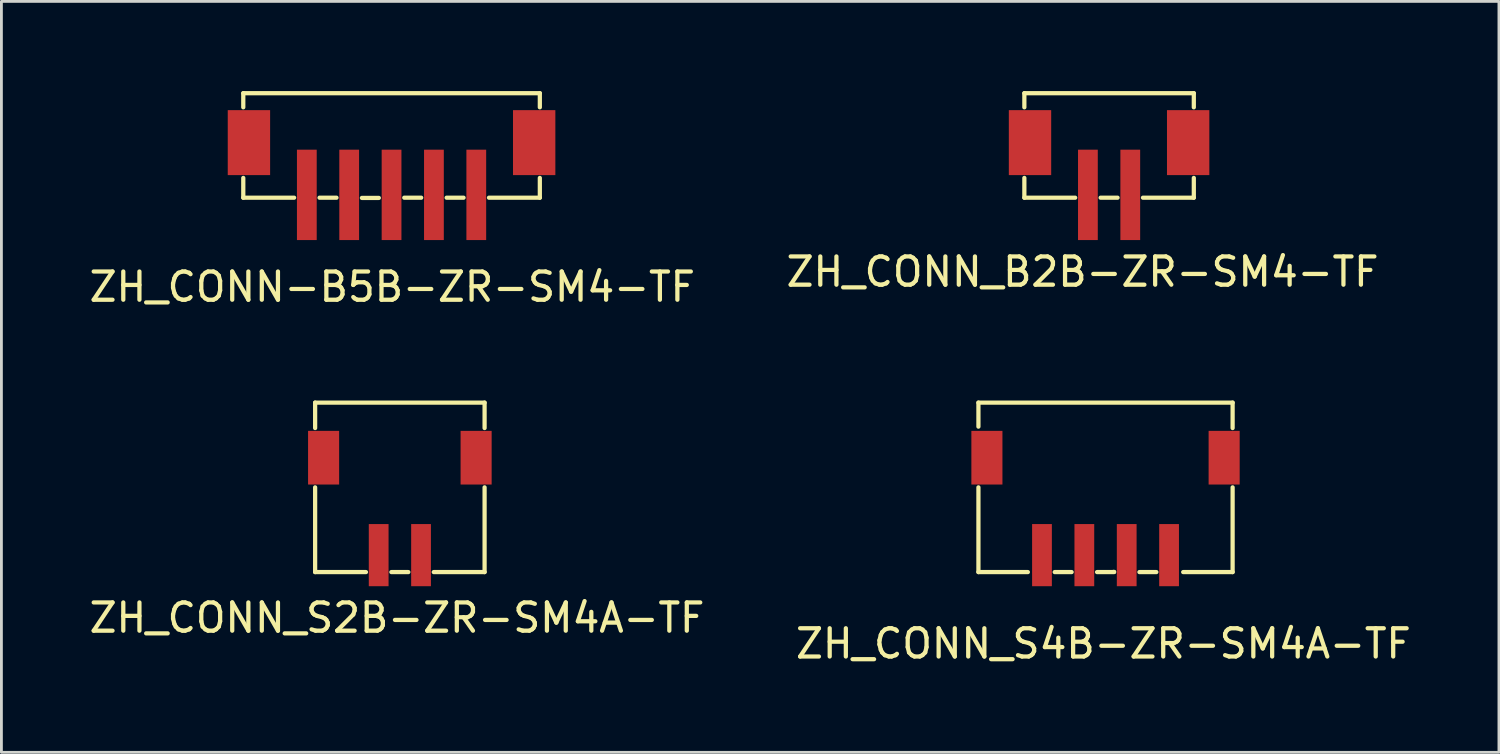
<source format=kicad_pcb>
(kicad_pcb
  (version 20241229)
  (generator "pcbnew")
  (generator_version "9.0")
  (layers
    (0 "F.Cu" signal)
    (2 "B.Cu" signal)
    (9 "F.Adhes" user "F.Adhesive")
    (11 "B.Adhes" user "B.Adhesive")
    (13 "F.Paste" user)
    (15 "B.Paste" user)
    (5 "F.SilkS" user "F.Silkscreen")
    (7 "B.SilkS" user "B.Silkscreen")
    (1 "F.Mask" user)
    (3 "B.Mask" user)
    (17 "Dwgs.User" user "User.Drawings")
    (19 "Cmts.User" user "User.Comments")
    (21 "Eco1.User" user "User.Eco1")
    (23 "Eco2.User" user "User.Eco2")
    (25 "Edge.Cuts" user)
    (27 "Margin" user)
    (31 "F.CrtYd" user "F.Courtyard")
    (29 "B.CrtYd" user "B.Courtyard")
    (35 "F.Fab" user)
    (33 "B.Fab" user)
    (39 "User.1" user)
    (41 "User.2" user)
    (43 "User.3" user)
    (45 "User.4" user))
  (footprint "ZH_CONN_S4B-ZR-SM4A-TF"
    (layer "F.Cu")
    (at 36.094 11.206)
    (property "Reference" "ZH_CONN_S4B-ZR-SM4A-TF" (at -0.076 8.534 0) (layer "F.SilkS") (effects (font (size 1 1) (thickness 0.15))))
    (attr through_hole)
    (fp_line (start -4.5 0) (end -4.5 0.85) (stroke (width 0.15) (type solid)) (layer "F.SilkS"))
    (fp_line (start -4.5 0) (end 4.5 0) (stroke (width 0.15) (type solid)) (layer "F.SilkS"))
    (fp_line (start -4.5 6) (end -4.5 3) (stroke (width 0.15) (type solid)) (layer "F.SilkS"))
    (fp_line (start -4.5 6) (end -2.75 6) (stroke (width 0.15) (type solid)) (layer "F.SilkS"))
    (fp_line (start -1.8 6) (end -1.2 6) (stroke (width 0.15) (type solid)) (layer "F.SilkS"))
    (fp_line (start -0.3 6) (end 0.3 6) (stroke (width 0.15) (type solid)) (layer "F.SilkS"))
    (fp_line (start 0.279 5.994) (end 0.305 5.994) (stroke (width 0.15) (type solid)) (layer "F.SilkS"))
    (fp_line (start 1.2 6) (end 1.8 6) (stroke (width 0.15) (type solid)) (layer "F.SilkS"))
    (fp_line (start 4.5 0) (end 4.5 0.9) (stroke (width 0.15) (type solid)) (layer "F.SilkS"))
    (fp_line (start 4.5 6) (end 2.75 6) (stroke (width 0.15) (type solid)) (layer "F.SilkS"))
    (fp_line (start 4.5 6) (end 4.5 3) (stroke (width 0.15) (type solid)) (layer "F.SilkS"))
    (pad "1" smd rect (at -2.25 5.4) (size 0.7 2.2) (layers "F.Cu" "F.Mask" "F.Paste"))
    (pad "2" smd rect (at -0.75 5.4) (size 0.7 2.2) (layers "F.Cu" "F.Mask" "F.Paste"))
    (pad "3" smd rect (at 0.75 5.4) (size 0.7 2.2) (layers "F.Cu" "F.Mask" "F.Paste"))
    (pad "4" smd rect (at 2.25 5.4) (size 0.7 2.2) (layers "F.Cu" "F.Mask" "F.Paste"))
    (pad "5" smd rect (at -4.2 1.95) (size 1.1 1.9) (layers "F.Cu" "F.Mask" "F.Paste"))
    (pad "5" smd rect (at 4.2 1.95) (size 1.1 1.9) (layers "F.Cu" "F.Mask" "F.Paste")))
  (footprint "ZH_CONN_S2B-ZR-SM4A-TF"
    (layer "F.Cu")
    (at 11.108 11.206)
    (property "Reference" "ZH_CONN_S2B-ZR-SM4A-TF" (at -0.102 7.62 0) (layer "F.SilkS") (effects (font (size 1 1) (thickness 0.15))))
    (attr through_hole)
    (fp_line (start -3 0) (end -3 0.9) (stroke (width 0.15) (type solid)) (layer "F.SilkS"))
    (fp_line (start -3 0) (end 3 0) (stroke (width 0.15) (type solid)) (layer "F.SilkS"))
    (fp_line (start -3 6) (end -3 3) (stroke (width 0.15) (type solid)) (layer "F.SilkS"))
    (fp_line (start -3 6) (end -1.2 6) (stroke (width 0.15) (type solid)) (layer "F.SilkS"))
    (fp_line (start -0.3 6) (end 0.3 6) (stroke (width 0.15) (type solid)) (layer "F.SilkS"))
    (fp_line (start 3 0) (end 3 0.9) (stroke (width 0.15) (type solid)) (layer "F.SilkS"))
    (fp_line (start 3 6) (end 1.2 6) (stroke (width 0.15) (type solid)) (layer "F.SilkS"))
    (fp_line (start 3 6) (end 3 3) (stroke (width 0.15) (type solid)) (layer "F.SilkS"))
    (pad "1" smd rect (at -0.75 5.4) (size 0.7 2.2) (layers "F.Cu" "F.Mask" "F.Paste"))
    (pad "2" smd rect (at 0.75 5.4) (size 0.7 2.2) (layers "F.Cu" "F.Mask" "F.Paste"))
    (pad "3" smd rect (at -2.7 1.95) (size 1.1 1.9) (layers "F.Cu" "F.Mask" "F.Paste"))
    (pad "3" smd rect (at 2.7 1.95) (size 1.1 1.9) (layers "F.Cu" "F.Mask" "F.Paste")))
  (footprint "ZH_CONN-B5B-ZR-SM4-TF"
    (layer "F.Cu")
    (at 10.814 0.25)
    (property "Reference" "ZH_CONN-B5B-ZR-SM4-TF" (at 0.025 6.858 0) (layer "F.SilkS") (effects (font (size 1 1) (thickness 0.15))))
    (attr through_hole)
    (fp_line (start -5.25 0) (end -5.25 0.5) (stroke (width 0.15) (type solid)) (layer "F.SilkS"))
    (fp_line (start -5.25 0) (end 5.25 0) (stroke (width 0.15) (type solid)) (layer "F.SilkS"))
    (fp_line (start -5.25 3.7) (end -5.25 3) (stroke (width 0.15) (type solid)) (layer "F.SilkS"))
    (fp_line (start -5.25 3.7) (end -3.45 3.7) (stroke (width 0.15) (type solid)) (layer "F.SilkS"))
    (fp_line (start -2.55 3.7) (end -1.95 3.7) (stroke (width 0.15) (type solid)) (layer "F.SilkS"))
    (fp_line (start -1.05 3.708) (end -0.45 3.708) (stroke (width 0.15) (type solid)) (layer "F.SilkS"))
    (fp_line (start 0.45 3.7) (end 1.05 3.7) (stroke (width 0.15) (type solid)) (layer "F.SilkS"))
    (fp_line (start 1.95 3.7) (end 2.55 3.7) (stroke (width 0.15) (type solid)) (layer "F.SilkS"))
    (fp_line (start 5.25 0) (end 5.25 0.5) (stroke (width 0.15) (type solid)) (layer "F.SilkS"))
    (fp_line (start 5.25 3.7) (end 3.45 3.7) (stroke (width 0.15) (type solid)) (layer "F.SilkS"))
    (fp_line (start 5.25 3.7) (end 5.25 3) (stroke (width 0.15) (type solid)) (layer "F.SilkS"))
    (pad "2" smd rect (at -1.5 3.6) (size 0.7 3.2) (layers "F.Cu" "F.Mask" "F.Paste"))
    (pad "3" smd rect (at 0 3.6) (size 0.7 3.2) (layers "F.Cu" "F.Mask" "F.Paste"))
    (pad "4" smd rect (at 1.5 3.6) (size 0.7 3.2) (layers "F.Cu" "F.Mask" "F.Paste"))
    (pad "5" smd rect (at 3 3.6) (size 0.7 3.2) (layers "F.Cu" "F.Mask" "F.Paste"))
    (pad "6" smd rect (at -5.05 1.75) (size 1.5 2.3) (layers "F.Cu" "F.Mask" "F.Paste"))
    (pad "6" smd rect (at -3 3.6) (size 0.7 3.2) (layers "F.Cu" "F.Mask" "F.Paste"))
    (pad "6" smd rect (at 5.05 1.75) (size 1.5 2.3) (layers "F.Cu" "F.Mask" "F.Paste")))
  (footprint "ZH_CONN_B2B-ZR-SM4-TF"
    (layer "F.Cu")
    (at 36.22 0.25)
    (property "Reference" "ZH_CONN_B2B-ZR-SM4-TF" (at -0.94 6.325 0) (layer "F.SilkS") (effects (font (size 1 1) (thickness 0.15))))
    (attr through_hole)
    (fp_line (start -3 0) (end -3 0.5) (stroke (width 0.15) (type solid)) (layer "F.SilkS"))
    (fp_line (start -3 0) (end 3 0) (stroke (width 0.15) (type solid)) (layer "F.SilkS"))
    (fp_line (start -3 3.7) (end -3 3) (stroke (width 0.15) (type solid)) (layer "F.SilkS"))
    (fp_line (start -3 3.7) (end -1.2 3.7) (stroke (width 0.15) (type solid)) (layer "F.SilkS"))
    (fp_line (start -0.3 3.7) (end 0.3 3.7) (stroke (width 0.15) (type solid)) (layer "F.SilkS"))
    (fp_line (start 3 0) (end 3 0.5) (stroke (width 0.15) (type solid)) (layer "F.SilkS"))
    (fp_line (start 3 3.7) (end 1.2 3.7) (stroke (width 0.15) (type solid)) (layer "F.SilkS"))
    (fp_line (start 3 3.7) (end 3 3) (stroke (width 0.15) (type solid)) (layer "F.SilkS"))
    (pad "1" smd rect (at -0.75 3.6) (size 0.7 3.2) (layers "F.Cu" "F.Mask" "F.Paste"))
    (pad "2" smd rect (at 0.75 3.6) (size 0.7 3.2) (layers "F.Cu" "F.Mask" "F.Paste"))
    (pad "3" smd rect (at -2.8 1.75) (size 1.5 2.3) (layers "F.Cu" "F.Mask" "F.Paste"))
    (pad "3" smd rect (at 2.8 1.75) (size 1.5 2.3) (layers "F.Cu" "F.Mask" "F.Paste")))
  (gr_rect
    (start -3 -3)
    (end 50.024 23.589)
    (stroke (width 0.1) (type default))
    (fill no)
    (layer "Edge.Cuts")))
</source>
